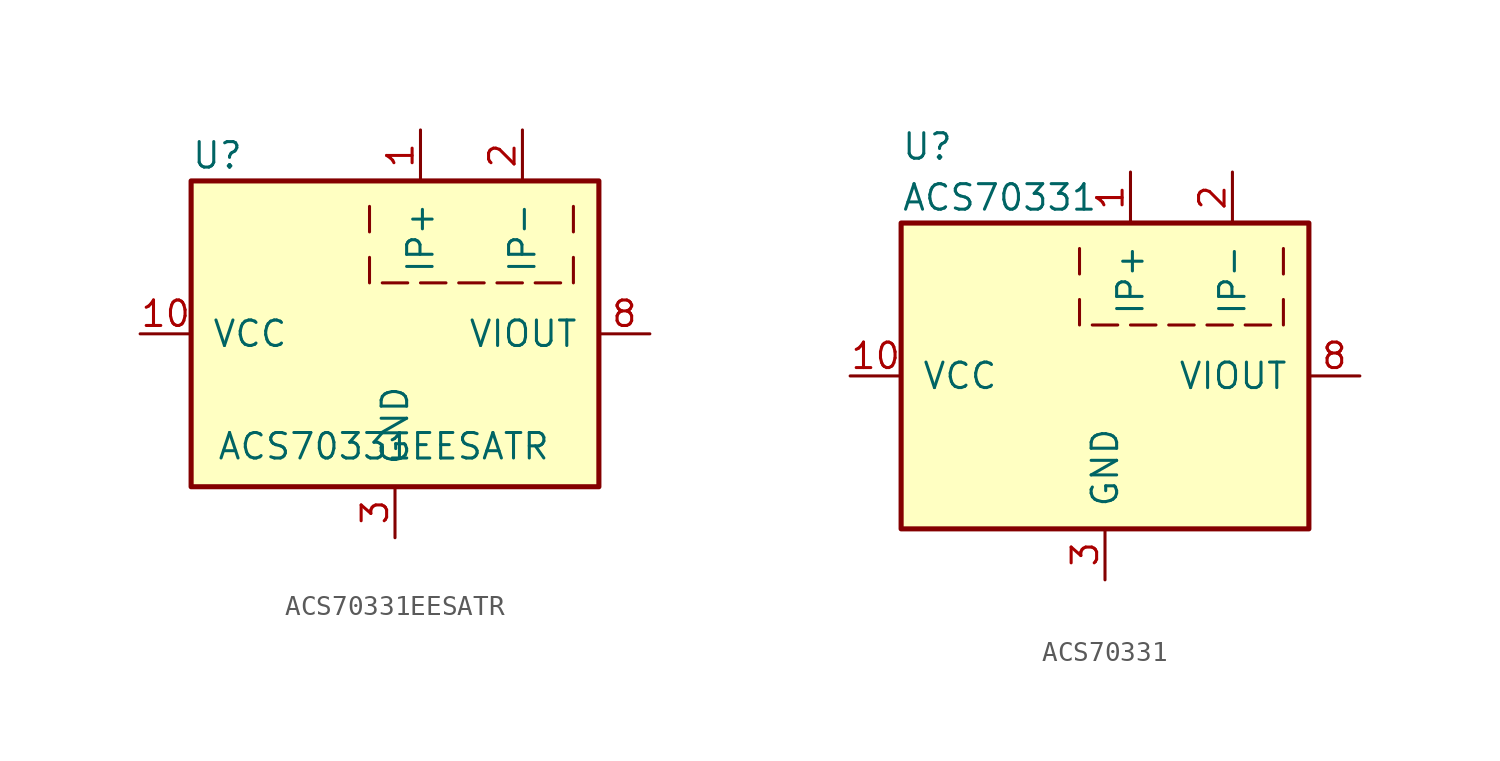
<source format=kicad_sym>
(kicad_symbol_lib
  (version 20201005)
  (generator kicad_symbol_editor)
  (symbol "Sensor_Current_RD:ACS70331EESATR"
    (pin_names
      (offset 1.016))
    (property "Reference" "U"
      (at -10.16 8.89 0)
      (effects (font (size 1.27 1.27)) (justify left)))
    (property "Value" "ACS70331EESATR"
      (at -8.89 -6.35 0)
      (effects (font (size 1.27 1.27)) (justify left bottom)))
    (symbol "ACS70331EESATR_1_1"
      (rectangle (start -10.16 7.62) (end 10.16 -7.62) (stroke (width 0.254)) (fill (type background)))
      (polyline (pts (xy 6.985 2.54) (xy 8.255 2.54)) (stroke (width 0)) (fill (type none)))
      (polyline (pts (xy 5.08 2.54) (xy 6.35 2.54)) (stroke (width 0)) (fill (type none)))
      (polyline (pts (xy 3.175 2.54) (xy 4.445 2.54)) (stroke (width 0)) (fill (type none)))
      (polyline (pts (xy 2.54 2.54) (xy 1.27 2.54)) (stroke (width 0)) (fill (type none)))
      (polyline (pts (xy 0.635 2.54) (xy -0.635 2.54)) (stroke (width 0)) (fill (type none)))
      (polyline (pts (xy 8.89 2.54) (xy 8.89 3.81)) (stroke (width 0)) (fill (type none)))
      (polyline (pts (xy -1.27 2.54) (xy -1.27 3.81)) (stroke (width 0)) (fill (type none)))
      (polyline (pts (xy -1.27 5.08) (xy -1.27 6.35)) (stroke (width 0)) (fill (type none)))
      (polyline (pts (xy 8.89 5.08) (xy 8.89 6.35)) (stroke (width 0)) (fill (type none)))
      (pin passive line (at 1.27 10.16 270) (length 2.54) (name "IP+" (effects (font (size 1.27 1.27)))) (number "1" (effects (font (size 1.27 1.27)))))
      (pin power_in line (at -12.7 0 0) (length 2.54) (name "VCC" (effects (font (size 1.27 1.27)))) (number "10" (effects (font (size 1.27 1.27)))))
      (pin passive line (at 6.35 10.16 270) (length 2.54) (name "IP-" (effects (font (size 1.27 1.27)))) (number "2" (effects (font (size 1.27 1.27)))))
      (pin power_in line (at 0 -10.16 90) (length 2.54) (name "GND" (effects (font (size 1.27 1.27)))) (number "3" (effects (font (size 1.27 1.27)))))
      (pin power_in line (at 0 -10.16 90) (length 2.54) hide (name "GND" (effects (font (size 1.27 1.27)))) (number "4" (effects (font (size 1.27 1.27)))))
      (pin no_connect non_logic (at 2.54 -10.16 90) (length 2.54) hide (name "NC" (effects (font (size 1.27 1.27)))) (number "5" (effects (font (size 1.27 1.27)))))
      (pin power_in line (at 0 -10.16 90) (length 2.54) hide (name "GND" (effects (font (size 1.27 1.27)))) (number "6" (effects (font (size 1.27 1.27)))))
      (pin power_in line (at 0 -10.16 90) (length 2.54) hide (name "GND" (effects (font (size 1.27 1.27)))) (number "7" (effects (font (size 1.27 1.27)))))
      (pin output line (at 12.7 0 180) (length 2.54) (name "VIOUT" (effects (font (size 1.27 1.27)))) (number "8" (effects (font (size 1.27 1.27)))))
      (pin power_in line (at 0 -10.16 90) (length 2.54) hide (name "GND" (effects (font (size 1.27 1.27)))) (number "9" (effects (font (size 1.27 1.27)))))))
  (symbol "Sensor_Current_RD:ACS70331"
    (pin_names
      (offset 1.016))
    (property "Reference" "U"
      (at -10.16 11.43 0)
      (effects (font (size 1.27 1.27)) (justify left)))
    (property "Value" "ACS70331"
      (at -10.16 8.89 0)
      (effects (font (size 1.27 1.27)) (justify left)))
    (symbol "ACS70331_1_1"
      (rectangle (start -10.16 7.62) (end 10.16 -7.62) (stroke (width 0.254)) (fill (type background)))
      (polyline (pts (xy 6.985 2.54) (xy 8.255 2.54)) (stroke (width 0)) (fill (type none)))
      (polyline (pts (xy 5.08 2.54) (xy 6.35 2.54)) (stroke (width 0)) (fill (type none)))
      (polyline (pts (xy 3.175 2.54) (xy 4.445 2.54)) (stroke (width 0)) (fill (type none)))
      (polyline (pts (xy 2.54 2.54) (xy 1.27 2.54)) (stroke (width 0)) (fill (type none)))
      (polyline (pts (xy 0.635 2.54) (xy -0.635 2.54)) (stroke (width 0)) (fill (type none)))
      (polyline (pts (xy 8.89 2.54) (xy 8.89 3.81)) (stroke (width 0)) (fill (type none)))
      (polyline (pts (xy -1.27 2.54) (xy -1.27 3.81)) (stroke (width 0)) (fill (type none)))
      (polyline (pts (xy -1.27 5.08) (xy -1.27 6.35)) (stroke (width 0)) (fill (type none)))
      (polyline (pts (xy 8.89 5.08) (xy 8.89 6.35)) (stroke (width 0)) (fill (type none)))
      (pin passive line (at 1.27 10.16 270) (length 2.54) (name "IP+" (effects (font (size 1.27 1.27)))) (number "1" (effects (font (size 1.27 1.27)))))
      (pin power_in line (at -12.7 0 0) (length 2.54) (name "VCC" (effects (font (size 1.27 1.27)))) (number "10" (effects (font (size 1.27 1.27)))))
      (pin passive line (at 6.35 10.16 270) (length 2.54) (name "IP-" (effects (font (size 1.27 1.27)))) (number "2" (effects (font (size 1.27 1.27)))))
      (pin power_in line (at 0 -10.16 90) (length 2.54) (name "GND" (effects (font (size 1.27 1.27)))) (number "3" (effects (font (size 1.27 1.27)))))
      (pin power_in line (at 0 -10.16 90) (length 2.54) hide (name "GND" (effects (font (size 1.27 1.27)))) (number "4" (effects (font (size 1.27 1.27)))))
      (pin no_connect non_logic (at 2.54 -10.16 90) (length 2.54) hide (name "NC" (effects (font (size 1.27 1.27)))) (number "5" (effects (font (size 1.27 1.27)))))
      (pin power_in line (at 0 -10.16 90) (length 2.54) hide (name "GND" (effects (font (size 1.27 1.27)))) (number "6" (effects (font (size 1.27 1.27)))))
      (pin power_in line (at 0 -10.16 90) (length 2.54) hide (name "GND" (effects (font (size 1.27 1.27)))) (number "7" (effects (font (size 1.27 1.27)))))
      (pin output line (at 12.7 0 180) (length 2.54) (name "VIOUT" (effects (font (size 1.27 1.27)))) (number "8" (effects (font (size 1.27 1.27)))))
      (pin power_in line (at 0 -10.16 90) (length 2.54) hide (name "GND" (effects (font (size 1.27 1.27)))) (number "9" (effects (font (size 1.27 1.27))))))))
</source>
